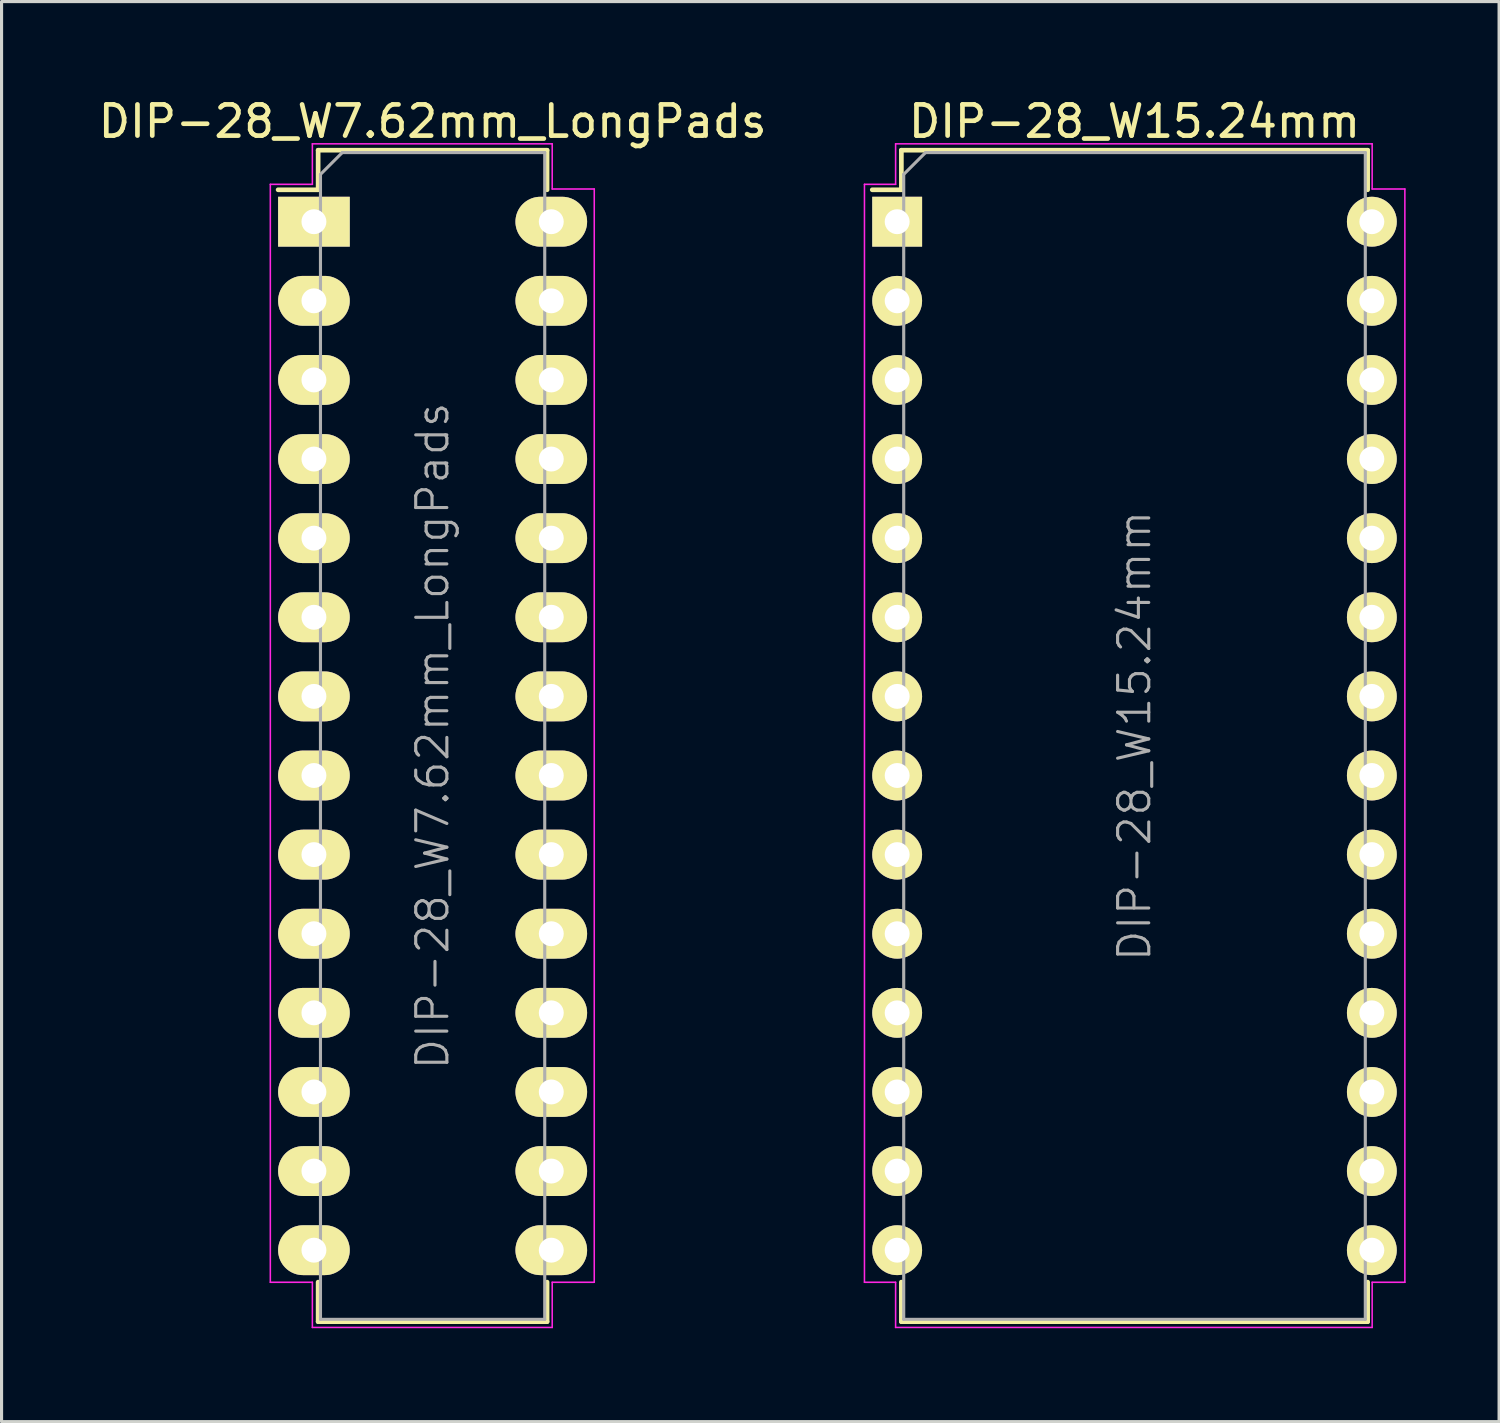
<source format=kicad_pcb>
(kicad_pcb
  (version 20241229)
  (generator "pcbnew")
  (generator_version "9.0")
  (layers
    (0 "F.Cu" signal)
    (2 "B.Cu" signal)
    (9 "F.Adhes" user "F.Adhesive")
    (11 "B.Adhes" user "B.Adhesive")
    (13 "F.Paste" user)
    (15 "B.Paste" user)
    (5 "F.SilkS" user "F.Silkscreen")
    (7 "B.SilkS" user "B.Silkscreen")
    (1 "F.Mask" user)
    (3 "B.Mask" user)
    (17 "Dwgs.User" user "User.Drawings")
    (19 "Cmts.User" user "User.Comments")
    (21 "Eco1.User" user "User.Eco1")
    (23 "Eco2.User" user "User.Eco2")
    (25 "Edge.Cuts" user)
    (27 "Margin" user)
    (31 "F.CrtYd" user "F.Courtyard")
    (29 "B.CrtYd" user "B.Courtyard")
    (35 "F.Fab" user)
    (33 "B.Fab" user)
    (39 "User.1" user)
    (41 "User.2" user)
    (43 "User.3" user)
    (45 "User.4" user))
  (footprint "DIP-28_W7.62mm_LongPads"
    (layer "F.Cu")
    (at 7.029 4.068)
    (property "Reference" "DIP-28_W7.62mm_LongPads" (at 3.81 -3.22 0) (layer "F.SilkS") (effects (font (size 1 1) (thickness 0.15))))
    (attr smd)
    (fp_line (start 0.135 -2.295) (end 0.135 -1.025) (stroke (width 0.15) (type solid)) (layer "F.SilkS"))
    (fp_line (start 0.135 -2.295) (end 7.485 -2.295) (stroke (width 0.15) (type solid)) (layer "F.SilkS"))
    (fp_line (start 0.135 -1.025) (end -1.15 -1.025) (stroke (width 0.15) (type solid)) (layer "F.SilkS"))
    (fp_line (start 0.135 35.315) (end 0.135 34.045) (stroke (width 0.15) (type solid)) (layer "F.SilkS"))
    (fp_line (start 0.135 35.315) (end 7.485 35.315) (stroke (width 0.15) (type solid)) (layer "F.SilkS"))
    (fp_line (start 7.485 -2.295) (end 7.485 -1.025) (stroke (width 0.15) (type solid)) (layer "F.SilkS"))
    (fp_line (start 7.485 35.315) (end 7.485 34.045) (stroke (width 0.15) (type solid)) (layer "F.SilkS"))
    (fp_line (start -1.4 -1.2) (end -1.4 34.05) (stroke (width 0.05) (type solid)) (layer "F.CrtYd"))
    (fp_line (start -1.4 -1.2) (end -0.05 -1.2) (stroke (width 0.05) (type solid)) (layer "F.CrtYd"))
    (fp_line (start -1.4 34.05) (end -0.05 34.05) (stroke (width 0.05) (type solid)) (layer "F.CrtYd"))
    (fp_line (start -0.05 -2.5) (end -0.05 -1.2) (stroke (width 0.05) (type solid)) (layer "F.CrtYd"))
    (fp_line (start -0.05 35.5) (end -0.05 34.05) (stroke (width 0.05) (type solid)) (layer "F.CrtYd"))
    (fp_line (start 7.65 -2.5) (end -0.05 -2.5) (stroke (width 0.05) (type solid)) (layer "F.CrtYd"))
    (fp_line (start 7.65 -2.5) (end 7.65 -1.05) (stroke (width 0.05) (type solid)) (layer "F.CrtYd"))
    (fp_line (start 7.65 35.5) (end -0.05 35.5) (stroke (width 0.05) (type solid)) (layer "F.CrtYd"))
    (fp_line (start 7.65 35.5) (end 7.65 34.05) (stroke (width 0.05) (type solid)) (layer "F.CrtYd"))
    (fp_line (start 9 -1.05) (end 7.65 -1.05) (stroke (width 0.05) (type solid)) (layer "F.CrtYd"))
    (fp_line (start 9 -1.05) (end 9 34.05) (stroke (width 0.05) (type solid)) (layer "F.CrtYd"))
    (fp_line (start 9 34.05) (end 7.65 34.05) (stroke (width 0.05) (type solid)) (layer "F.CrtYd"))
    (fp_line (start 0.21 -1.52) (end 0.91 -2.22) (stroke (width 0.1) (type solid)) (layer "F.Fab"))
    (fp_line (start 0.21 35.24) (end 0.21 -1.52) (stroke (width 0.1) (type solid)) (layer "F.Fab"))
    (fp_line (start 7.41 -2.22) (end 0.91 -2.22) (stroke (width 0.1) (type solid)) (layer "F.Fab"))
    (fp_line (start 7.41 35.24) (end 0.21 35.24) (stroke (width 0.1) (type solid)) (layer "F.Fab"))
    (fp_line (start 7.41 35.24) (end 7.41 -2.22) (stroke (width 0.1) (type solid)) (layer "F.Fab"))
    (fp_text user "${REFERENCE}" (at 3.81 16.51 90) (layer "F.Fab") (effects (font (size 1 1) (thickness 0.1))))
    (pad "1" thru_hole rect (at 0 0) (size 2.3 1.6) (drill 0.8) (layers "*.Cu" "*.Mask" "F.SilkS"))
    (pad "2" thru_hole oval (at 0 2.54) (size 2.3 1.6) (drill 0.8) (layers "*.Cu" "*.Mask" "F.SilkS"))
    (pad "3" thru_hole oval (at 0 5.08) (size 2.3 1.6) (drill 0.8) (layers "*.Cu" "*.Mask" "F.SilkS"))
    (pad "4" thru_hole oval (at 0 7.62) (size 2.3 1.6) (drill 0.8) (layers "*.Cu" "*.Mask" "F.SilkS"))
    (pad "5" thru_hole oval (at 0 10.16) (size 2.3 1.6) (drill 0.8) (layers "*.Cu" "*.Mask" "F.SilkS"))
    (pad "6" thru_hole oval (at 0 12.7) (size 2.3 1.6) (drill 0.8) (layers "*.Cu" "*.Mask" "F.SilkS"))
    (pad "7" thru_hole oval (at 0 15.24) (size 2.3 1.6) (drill 0.8) (layers "*.Cu" "*.Mask" "F.SilkS"))
    (pad "8" thru_hole oval (at 0 17.78) (size 2.3 1.6) (drill 0.8) (layers "*.Cu" "*.Mask" "F.SilkS"))
    (pad "9" thru_hole oval (at 0 20.32) (size 2.3 1.6) (drill 0.8) (layers "*.Cu" "*.Mask" "F.SilkS"))
    (pad "10" thru_hole oval (at 0 22.86) (size 2.3 1.6) (drill 0.8) (layers "*.Cu" "*.Mask" "F.SilkS"))
    (pad "11" thru_hole oval (at 0 25.4) (size 2.3 1.6) (drill 0.8) (layers "*.Cu" "*.Mask" "F.SilkS"))
    (pad "12" thru_hole oval (at 0 27.94) (size 2.3 1.6) (drill 0.8) (layers "*.Cu" "*.Mask" "F.SilkS"))
    (pad "13" thru_hole oval (at 0 30.48) (size 2.3 1.6) (drill 0.8) (layers "*.Cu" "*.Mask" "F.SilkS"))
    (pad "14" thru_hole oval (at 0 33.02) (size 2.3 1.6) (drill 0.8) (layers "*.Cu" "*.Mask" "F.SilkS"))
    (pad "15" thru_hole oval (at 7.62 33.02) (size 2.3 1.6) (drill 0.8) (layers "*.Cu" "*.Mask" "F.SilkS"))
    (pad "16" thru_hole oval (at 7.62 30.48) (size 2.3 1.6) (drill 0.8) (layers "*.Cu" "*.Mask" "F.SilkS"))
    (pad "17" thru_hole oval (at 7.62 27.94) (size 2.3 1.6) (drill 0.8) (layers "*.Cu" "*.Mask" "F.SilkS"))
    (pad "18" thru_hole oval (at 7.62 25.4) (size 2.3 1.6) (drill 0.8) (layers "*.Cu" "*.Mask" "F.SilkS"))
    (pad "19" thru_hole oval (at 7.62 22.86) (size 2.3 1.6) (drill 0.8) (layers "*.Cu" "*.Mask" "F.SilkS"))
    (pad "20" thru_hole oval (at 7.62 20.32) (size 2.3 1.6) (drill 0.8) (layers "*.Cu" "*.Mask" "F.SilkS"))
    (pad "21" thru_hole oval (at 7.62 17.78) (size 2.3 1.6) (drill 0.8) (layers "*.Cu" "*.Mask" "F.SilkS"))
    (pad "22" thru_hole oval (at 7.62 15.24) (size 2.3 1.6) (drill 0.8) (layers "*.Cu" "*.Mask" "F.SilkS"))
    (pad "23" thru_hole oval (at 7.62 12.7) (size 2.3 1.6) (drill 0.8) (layers "*.Cu" "*.Mask" "F.SilkS"))
    (pad "24" thru_hole oval (at 7.62 10.16) (size 2.3 1.6) (drill 0.8) (layers "*.Cu" "*.Mask" "F.SilkS"))
    (pad "25" thru_hole oval (at 7.62 7.62) (size 2.3 1.6) (drill 0.8) (layers "*.Cu" "*.Mask" "F.SilkS"))
    (pad "26" thru_hole oval (at 7.62 5.08) (size 2.3 1.6) (drill 0.8) (layers "*.Cu" "*.Mask" "F.SilkS"))
    (pad "27" thru_hole oval (at 7.62 2.54) (size 2.3 1.6) (drill 0.8) (layers "*.Cu" "*.Mask" "F.SilkS"))
    (pad "28" thru_hole oval (at 7.62 0) (size 2.3 1.6) (drill 0.8) (layers "*.Cu" "*.Mask" "F.SilkS")))
  (footprint "DIP-28_W15.24mm"
    (layer "F.Cu")
    (at 25.754 4.068)
    (property "Reference" "DIP-28_W15.24mm" (at 7.62 -3.22 0) (layer "F.SilkS") (effects (font (size 1 1) (thickness 0.15))))
    (attr smd)
    (fp_line (start 0.135 -2.295) (end 0.135 -1.025) (stroke (width 0.15) (type solid)) (layer "F.SilkS"))
    (fp_line (start 0.135 -2.295) (end 15.105 -2.295) (stroke (width 0.15) (type solid)) (layer "F.SilkS"))
    (fp_line (start 0.135 -1.025) (end -0.8 -1.025) (stroke (width 0.15) (type solid)) (layer "F.SilkS"))
    (fp_line (start 0.135 35.315) (end 0.135 34.045) (stroke (width 0.15) (type solid)) (layer "F.SilkS"))
    (fp_line (start 0.135 35.315) (end 15.105 35.315) (stroke (width 0.15) (type solid)) (layer "F.SilkS"))
    (fp_line (start 15.105 -2.295) (end 15.105 -1.025) (stroke (width 0.15) (type solid)) (layer "F.SilkS"))
    (fp_line (start 15.105 35.315) (end 15.105 34.045) (stroke (width 0.15) (type solid)) (layer "F.SilkS"))
    (fp_line (start -1.05 -1.2) (end -1.05 34.05) (stroke (width 0.05) (type solid)) (layer "F.CrtYd"))
    (fp_line (start -1.05 -1.2) (end -0.05 -1.2) (stroke (width 0.05) (type solid)) (layer "F.CrtYd"))
    (fp_line (start -1.05 34.05) (end -0.05 34.05) (stroke (width 0.05) (type solid)) (layer "F.CrtYd"))
    (fp_line (start -0.05 -2.5) (end -0.05 -1.2) (stroke (width 0.05) (type solid)) (layer "F.CrtYd"))
    (fp_line (start -0.05 35.5) (end -0.05 34.05) (stroke (width 0.05) (type solid)) (layer "F.CrtYd"))
    (fp_line (start 15.25 -2.5) (end -0.05 -2.5) (stroke (width 0.05) (type solid)) (layer "F.CrtYd"))
    (fp_line (start 15.25 -2.5) (end 15.25 -1.05) (stroke (width 0.05) (type solid)) (layer "F.CrtYd"))
    (fp_line (start 15.25 35.5) (end -0.05 35.5) (stroke (width 0.05) (type solid)) (layer "F.CrtYd"))
    (fp_line (start 15.25 35.5) (end 15.25 34.05) (stroke (width 0.05) (type solid)) (layer "F.CrtYd"))
    (fp_line (start 16.3 -1.05) (end 15.25 -1.05) (stroke (width 0.05) (type solid)) (layer "F.CrtYd"))
    (fp_line (start 16.3 -1.05) (end 16.3 34.05) (stroke (width 0.05) (type solid)) (layer "F.CrtYd"))
    (fp_line (start 16.3 34.05) (end 15.25 34.05) (stroke (width 0.05) (type solid)) (layer "F.CrtYd"))
    (fp_line (start 0.21 -1.52) (end 0.91 -2.22) (stroke (width 0.1) (type solid)) (layer "F.Fab"))
    (fp_line (start 0.21 35.24) (end 0.21 -1.52) (stroke (width 0.1) (type solid)) (layer "F.Fab"))
    (fp_line (start 15.03 -2.22) (end 0.91 -2.22) (stroke (width 0.1) (type solid)) (layer "F.Fab"))
    (fp_line (start 15.03 35.24) (end 0.21 35.24) (stroke (width 0.1) (type solid)) (layer "F.Fab"))
    (fp_line (start 15.03 35.24) (end 15.03 -2.22) (stroke (width 0.1) (type solid)) (layer "F.Fab"))
    (fp_text user "${REFERENCE}" (at 7.62 16.51 90) (layer "F.Fab") (effects (font (size 1 1) (thickness 0.1))))
    (pad "1" thru_hole rect (at 0 0) (size 1.6 1.6) (drill 0.8) (layers "*.Cu" "*.Mask" "F.SilkS"))
    (pad "2" thru_hole oval (at 0 2.54) (size 1.6 1.6) (drill 0.8) (layers "*.Cu" "*.Mask" "F.SilkS"))
    (pad "3" thru_hole oval (at 0 5.08) (size 1.6 1.6) (drill 0.8) (layers "*.Cu" "*.Mask" "F.SilkS"))
    (pad "4" thru_hole oval (at 0 7.62) (size 1.6 1.6) (drill 0.8) (layers "*.Cu" "*.Mask" "F.SilkS"))
    (pad "5" thru_hole oval (at 0 10.16) (size 1.6 1.6) (drill 0.8) (layers "*.Cu" "*.Mask" "F.SilkS"))
    (pad "6" thru_hole oval (at 0 12.7) (size 1.6 1.6) (drill 0.8) (layers "*.Cu" "*.Mask" "F.SilkS"))
    (pad "7" thru_hole oval (at 0 15.24) (size 1.6 1.6) (drill 0.8) (layers "*.Cu" "*.Mask" "F.SilkS"))
    (pad "8" thru_hole oval (at 0 17.78) (size 1.6 1.6) (drill 0.8) (layers "*.Cu" "*.Mask" "F.SilkS"))
    (pad "9" thru_hole oval (at 0 20.32) (size 1.6 1.6) (drill 0.8) (layers "*.Cu" "*.Mask" "F.SilkS"))
    (pad "10" thru_hole oval (at 0 22.86) (size 1.6 1.6) (drill 0.8) (layers "*.Cu" "*.Mask" "F.SilkS"))
    (pad "11" thru_hole oval (at 0 25.4) (size 1.6 1.6) (drill 0.8) (layers "*.Cu" "*.Mask" "F.SilkS"))
    (pad "12" thru_hole oval (at 0 27.94) (size 1.6 1.6) (drill 0.8) (layers "*.Cu" "*.Mask" "F.SilkS"))
    (pad "13" thru_hole oval (at 0 30.48) (size 1.6 1.6) (drill 0.8) (layers "*.Cu" "*.Mask" "F.SilkS"))
    (pad "14" thru_hole oval (at 0 33.02) (size 1.6 1.6) (drill 0.8) (layers "*.Cu" "*.Mask" "F.SilkS"))
    (pad "15" thru_hole oval (at 15.24 33.02) (size 1.6 1.6) (drill 0.8) (layers "*.Cu" "*.Mask" "F.SilkS"))
    (pad "16" thru_hole oval (at 15.24 30.48) (size 1.6 1.6) (drill 0.8) (layers "*.Cu" "*.Mask" "F.SilkS"))
    (pad "17" thru_hole oval (at 15.24 27.94) (size 1.6 1.6) (drill 0.8) (layers "*.Cu" "*.Mask" "F.SilkS"))
    (pad "18" thru_hole oval (at 15.24 25.4) (size 1.6 1.6) (drill 0.8) (layers "*.Cu" "*.Mask" "F.SilkS"))
    (pad "19" thru_hole oval (at 15.24 22.86) (size 1.6 1.6) (drill 0.8) (layers "*.Cu" "*.Mask" "F.SilkS"))
    (pad "20" thru_hole oval (at 15.24 20.32) (size 1.6 1.6) (drill 0.8) (layers "*.Cu" "*.Mask" "F.SilkS"))
    (pad "21" thru_hole oval (at 15.24 17.78) (size 1.6 1.6) (drill 0.8) (layers "*.Cu" "*.Mask" "F.SilkS"))
    (pad "22" thru_hole oval (at 15.24 15.24) (size 1.6 1.6) (drill 0.8) (layers "*.Cu" "*.Mask" "F.SilkS"))
    (pad "23" thru_hole oval (at 15.24 12.7) (size 1.6 1.6) (drill 0.8) (layers "*.Cu" "*.Mask" "F.SilkS"))
    (pad "24" thru_hole oval (at 15.24 10.16) (size 1.6 1.6) (drill 0.8) (layers "*.Cu" "*.Mask" "F.SilkS"))
    (pad "25" thru_hole oval (at 15.24 7.62) (size 1.6 1.6) (drill 0.8) (layers "*.Cu" "*.Mask" "F.SilkS"))
    (pad "26" thru_hole oval (at 15.24 5.08) (size 1.6 1.6) (drill 0.8) (layers "*.Cu" "*.Mask" "F.SilkS"))
    (pad "27" thru_hole oval (at 15.24 2.54) (size 1.6 1.6) (drill 0.8) (layers "*.Cu" "*.Mask" "F.SilkS"))
    (pad "28" thru_hole oval (at 15.24 0) (size 1.6 1.6) (drill 0.8) (layers "*.Cu" "*.Mask" "F.SilkS")))
  (gr_rect
    (start -3 -3)
    (end 45.079 42.593)
    (stroke (width 0.1) (type default))
    (fill no)
    (layer "Edge.Cuts")))
</source>
